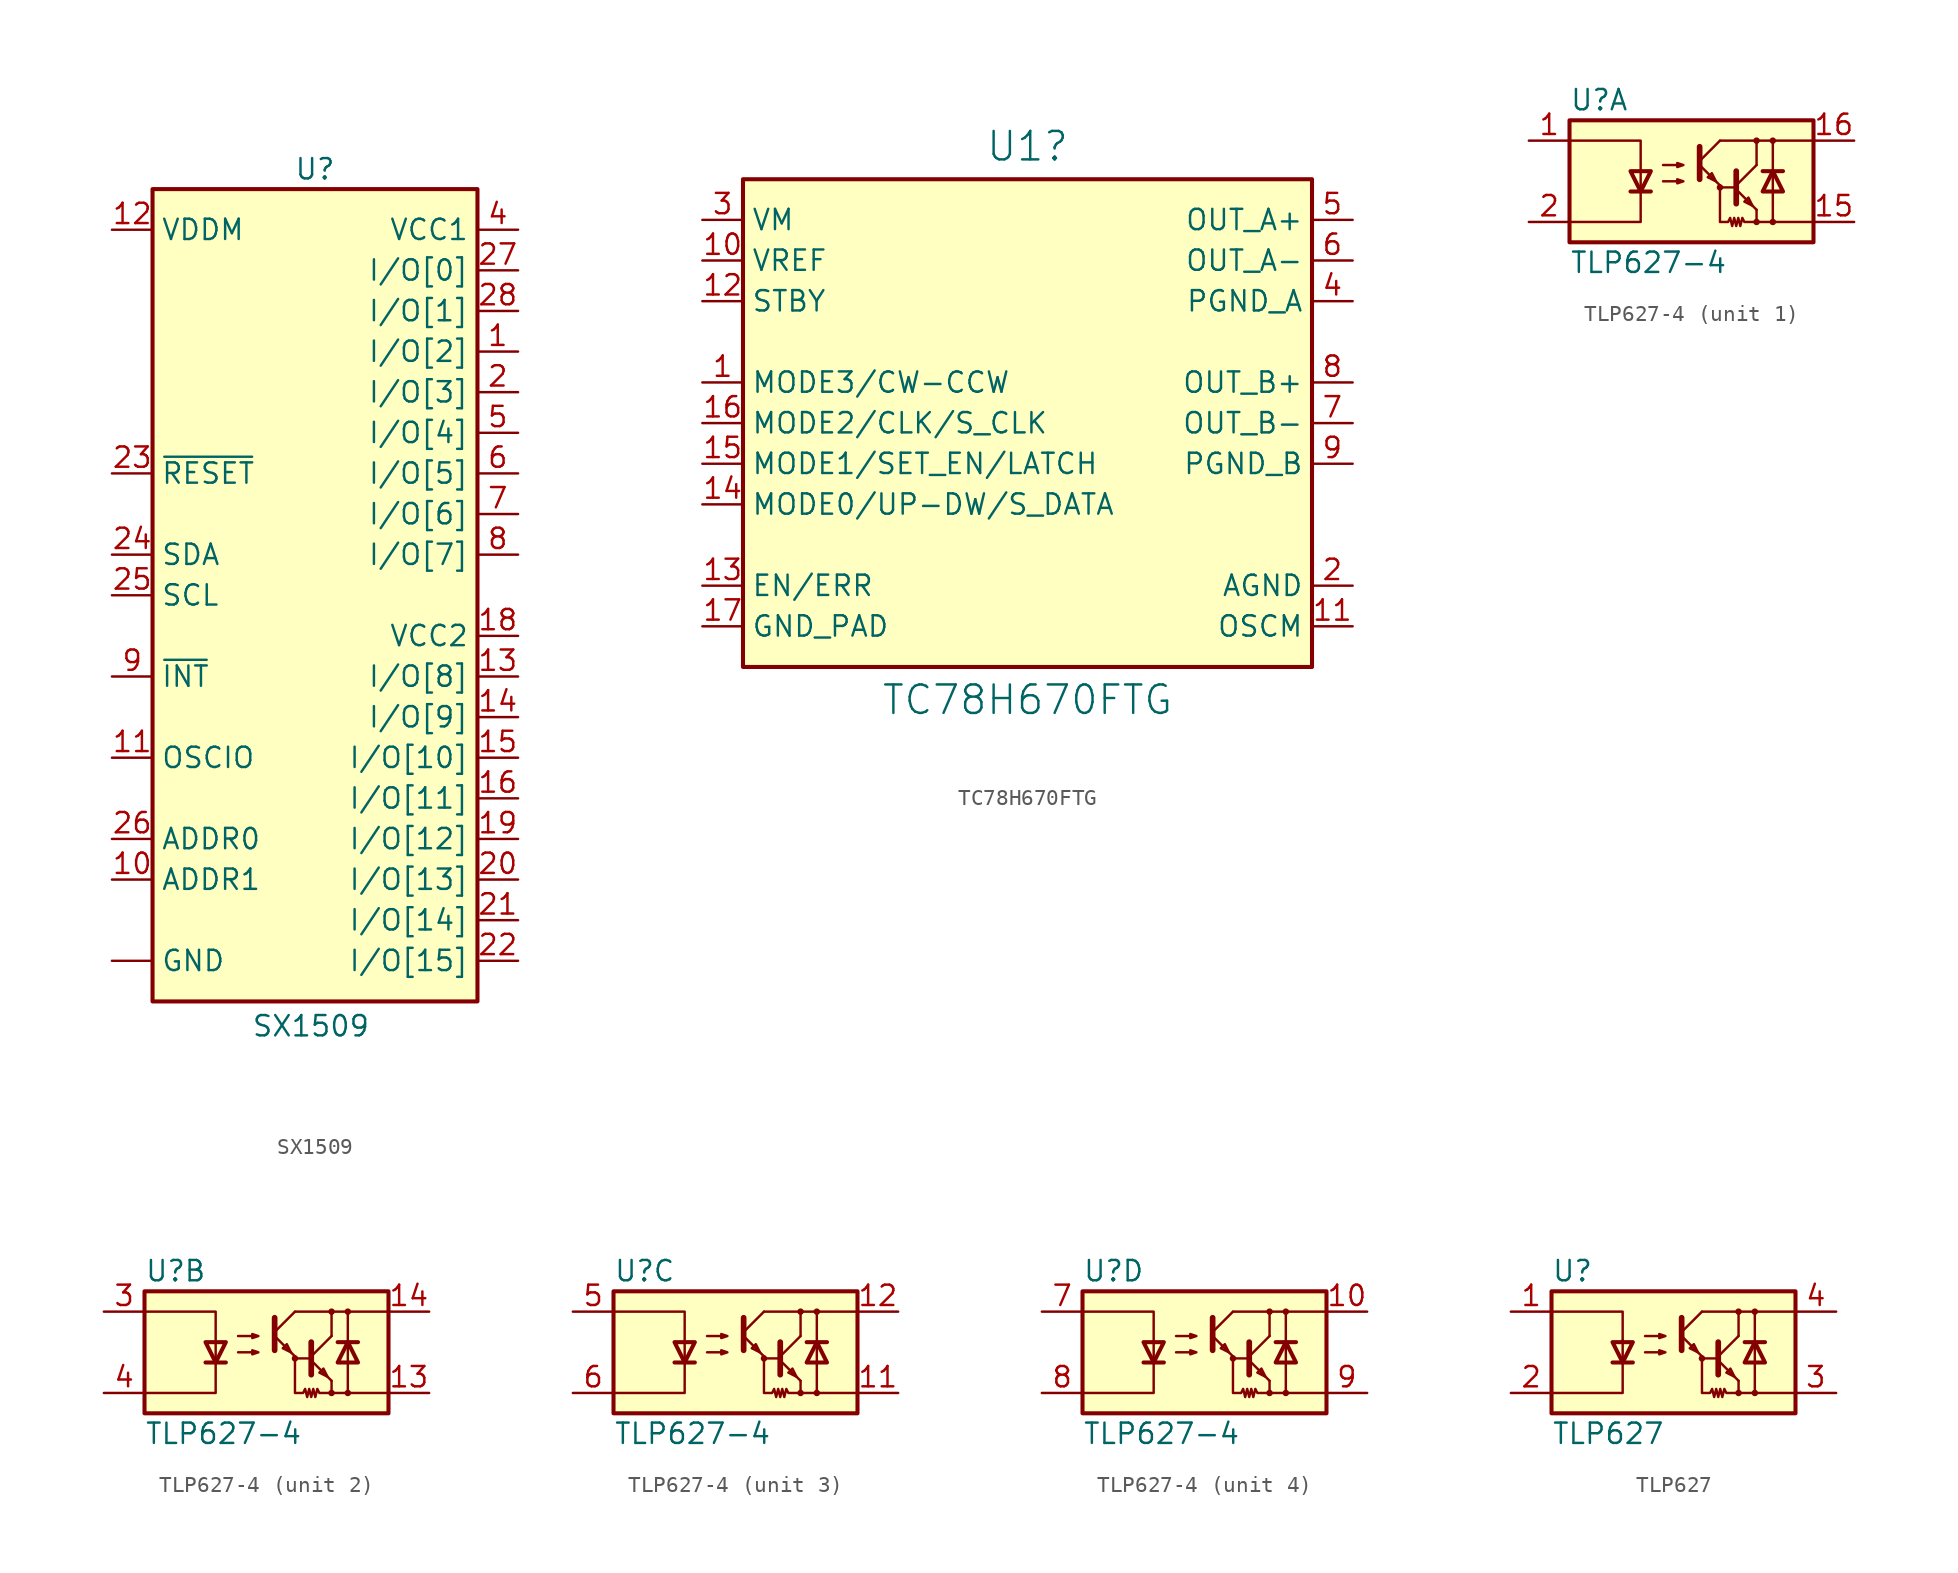
<source format=kicad_sym>
(kicad_symbol_lib
  (version 20241209)
  (generator "kicad_symbol_editor")
  (generator_version "9.0")
  (symbol "SX1509"
    (property "Reference" "U"
      (at 0 25.908 0)
      (effects (font (size 1.27 1.27)) (justify bottom)))
    (property "Value" "SX1509"
      (at -0.254 -27.686 0)
      (effects (font (size 1.27 1.27)) (justify bottom)))
    (symbol "SX1509_1_0"
      (pin power_in line (at -12.7 22.86 0) (length 2.54) (name "VDDM" (effects (font (size 1.27 1.27)))) (number "12" (effects (font (size 1.27 1.27)))))
      (pin input line (at -12.7 7.62 0) (length 2.54) (name "~{RESET}" (effects (font (size 1.27 1.27)))) (number "23" (effects (font (size 1.27 1.27)))))
      (pin bidirectional line (at -12.7 2.54 0) (length 2.54) (name "SDA" (effects (font (size 1.27 1.27)))) (number "24" (effects (font (size 1.27 1.27)))))
      (pin bidirectional line (at -12.7 0 0) (length 2.54) (name "SCL" (effects (font (size 1.27 1.27)))) (number "25" (effects (font (size 1.27 1.27)))))
      (pin bidirectional line (at -12.7 -5.08 0) (length 2.54) (name "~{INT}" (effects (font (size 1.27 1.27)))) (number "9" (effects (font (size 1.27 1.27)))))
      (pin bidirectional line (at -12.7 -10.16 0) (length 2.54) (name "OSCIO" (effects (font (size 1.27 1.27)))) (number "11" (effects (font (size 1.27 1.27)))))
      (pin input line (at -12.7 -15.24 0) (length 2.54) (name "ADDR0" (effects (font (size 1.27 1.27)))) (number "26" (effects (font (size 1.27 1.27)))))
      (pin input line (at -12.7 -17.78 0) (length 2.54) (name "ADDR1" (effects (font (size 1.27 1.27)))) (number "10" (effects (font (size 1.27 1.27)))))
      (pin power_in line (at -12.7 -22.86 0) (length 2.54) (name "GND" (effects (font (size 1.27 1.27)))) (number "17" (effects (font (size 0 0)))))
      (pin power_in line (at -12.7 -22.86 0) (length 2.54) (hide yes) (name "GND" (effects (font (size 1.27 1.27)))) (number "29" (effects (font (size 0 0)))))
      (pin power_in line (at -12.7 -22.86 0) (length 2.54) (hide yes) (name "GND" (effects (font (size 1.27 1.27)))) (number "3" (effects (font (size 0 0)))))
      (pin power_in line (at 12.7 22.86 180) (length 2.54) (name "VCC1" (effects (font (size 1.27 1.27)))) (number "4" (effects (font (size 1.27 1.27)))))
      (pin bidirectional line (at 12.7 20.32 180) (length 2.54) (name "I/O[0]" (effects (font (size 1.27 1.27)))) (number "27" (effects (font (size 1.27 1.27)))))
      (pin bidirectional line (at 12.7 17.78 180) (length 2.54) (name "I/O[1]" (effects (font (size 1.27 1.27)))) (number "28" (effects (font (size 1.27 1.27)))))
      (pin bidirectional line (at 12.7 15.24 180) (length 2.54) (name "I/O[2]" (effects (font (size 1.27 1.27)))) (number "1" (effects (font (size 1.27 1.27)))))
      (pin bidirectional line (at 12.7 12.7 180) (length 2.54) (name "I/O[3]" (effects (font (size 1.27 1.27)))) (number "2" (effects (font (size 1.27 1.27)))))
      (pin bidirectional line (at 12.7 10.16 180) (length 2.54) (name "I/O[4]" (effects (font (size 1.27 1.27)))) (number "5" (effects (font (size 1.27 1.27)))))
      (pin bidirectional line (at 12.7 7.62 180) (length 2.54) (name "I/O[5]" (effects (font (size 1.27 1.27)))) (number "6" (effects (font (size 1.27 1.27)))))
      (pin bidirectional line (at 12.7 5.08 180) (length 2.54) (name "I/O[6]" (effects (font (size 1.27 1.27)))) (number "7" (effects (font (size 1.27 1.27)))))
      (pin bidirectional line (at 12.7 2.54 180) (length 2.54) (name "I/O[7]" (effects (font (size 1.27 1.27)))) (number "8" (effects (font (size 1.27 1.27)))))
      (pin power_in line (at 12.7 -2.54 180) (length 2.54) (name "VCC2" (effects (font (size 1.27 1.27)))) (number "18" (effects (font (size 1.27 1.27)))))
      (pin bidirectional line (at 12.7 -5.08 180) (length 2.54) (name "I/O[8]" (effects (font (size 1.27 1.27)))) (number "13" (effects (font (size 1.27 1.27)))))
      (pin bidirectional line (at 12.7 -7.62 180) (length 2.54) (name "I/O[9]" (effects (font (size 1.27 1.27)))) (number "14" (effects (font (size 1.27 1.27)))))
      (pin bidirectional line (at 12.7 -10.16 180) (length 2.54) (name "I/O[10]" (effects (font (size 1.27 1.27)))) (number "15" (effects (font (size 1.27 1.27)))))
      (pin bidirectional line (at 12.7 -12.7 180) (length 2.54) (name "I/O[11]" (effects (font (size 1.27 1.27)))) (number "16" (effects (font (size 1.27 1.27)))))
      (pin bidirectional line (at 12.7 -15.24 180) (length 2.54) (name "I/O[12]" (effects (font (size 1.27 1.27)))) (number "19" (effects (font (size 1.27 1.27)))))
      (pin bidirectional line (at 12.7 -17.78 180) (length 2.54) (name "I/O[13]" (effects (font (size 1.27 1.27)))) (number "20" (effects (font (size 1.27 1.27)))))
      (pin bidirectional line (at 12.7 -20.32 180) (length 2.54) (name "I/O[14]" (effects (font (size 1.27 1.27)))) (number "21" (effects (font (size 1.27 1.27)))))
      (pin bidirectional line (at 12.7 -22.86 180) (length 2.54) (name "I/O[15]" (effects (font (size 1.27 1.27)))) (number "22" (effects (font (size 1.27 1.27))))))
    (symbol "SX1509_1_1"
      (rectangle (start -10.16 25.4) (end 10.16 -25.4) (stroke (width 0.254) (type default)) (fill (type background)))))
  (symbol "TC78H670FTG"
    (property "Reference" "U1"
      (at 0 16.256 0)
      (effects (font (size 1.778 1.778)) (justify bottom)))
    (property "Value" "TC78H670FTG"
      (at 0 -16.256 0)
      (effects (font (size 1.778 1.778)) (justify top)))
    (symbol "TC78H670FTG_1_0"
      (rectangle (start -17.78 15.24) (end 17.78 -15.24) (stroke (width 0.254) (type default)) (fill (type background)))
      (pin power_in line (at -20.32 12.7 0) (length 2.54) (name "VM" (effects (font (size 1.27 1.27)))) (number "3" (effects (font (size 1.27 1.27)))))
      (pin bidirectional line (at -20.32 10.16 0) (length 2.54) (name "VREF" (effects (font (size 1.27 1.27)))) (number "10" (effects (font (size 1.27 1.27)))))
      (pin input line (at -20.32 7.62 0) (length 2.54) (name "STBY" (effects (font (size 1.27 1.27)))) (number "12" (effects (font (size 1.27 1.27)))))
      (pin input line (at -20.32 2.54 0) (length 2.54) (name "MODE3/CW-CCW" (effects (font (size 1.27 1.27)))) (number "1" (effects (font (size 1.27 1.27)))))
      (pin input line (at -20.32 0 0) (length 2.54) (name "MODE2/CLK/S_CLK" (effects (font (size 1.27 1.27)))) (number "16" (effects (font (size 1.27 1.27)))))
      (pin input line (at -20.32 -2.54 0) (length 2.54) (name "MODE1/SET_EN/LATCH" (effects (font (size 1.27 1.27)))) (number "15" (effects (font (size 1.27 1.27)))))
      (pin input line (at -20.32 -5.08 0) (length 2.54) (name "MODE0/UP-DW/S_DATA" (effects (font (size 1.27 1.27)))) (number "14" (effects (font (size 1.27 1.27)))))
      (pin bidirectional line (at -20.32 -10.16 0) (length 2.54) (name "EN/ERR" (effects (font (size 1.27 1.27)))) (number "13" (effects (font (size 1.27 1.27)))))
      (pin bidirectional line (at -20.32 -12.7 0) (length 2.54) (name "GND_PAD" (effects (font (size 1.27 1.27)))) (number "17" (effects (font (size 1.27 1.27)))))
      (pin output line (at 20.32 12.7 180) (length 2.54) (name "OUT_A+" (effects (font (size 1.27 1.27)))) (number "5" (effects (font (size 1.27 1.27)))))
      (pin output line (at 20.32 10.16 180) (length 2.54) (name "OUT_A-" (effects (font (size 1.27 1.27)))) (number "6" (effects (font (size 1.27 1.27)))))
      (pin bidirectional line (at 20.32 7.62 180) (length 2.54) (name "PGND_A" (effects (font (size 1.27 1.27)))) (number "4" (effects (font (size 1.27 1.27)))))
      (pin output line (at 20.32 2.54 180) (length 2.54) (name "OUT_B+" (effects (font (size 1.27 1.27)))) (number "8" (effects (font (size 1.27 1.27)))))
      (pin output line (at 20.32 0 180) (length 2.54) (name "OUT_B-" (effects (font (size 1.27 1.27)))) (number "7" (effects (font (size 1.27 1.27)))))
      (pin bidirectional line (at 20.32 -2.54 180) (length 2.54) (name "PGND_B" (effects (font (size 1.27 1.27)))) (number "9" (effects (font (size 1.27 1.27)))))
      (pin bidirectional line (at 20.32 -10.16 180) (length 2.54) (name "AGND" (effects (font (size 1.27 1.27)))) (number "2" (effects (font (size 1.27 1.27)))))
      (pin bidirectional line (at 20.32 -12.7 180) (length 2.54) (name "OSCM" (effects (font (size 1.27 1.27)))) (number "11" (effects (font (size 1.27 1.27)))))))
  (symbol "TLP627-4"
    (pin_names
      (offset 1.016))
    (property "Reference" "U"
      (at -7.62 5.08 0)
      (effects (font (size 1.27 1.27)) (justify left)))
    (property "Value" "TLP627-4"
      (at -7.62 -5.08 0)
      (effects (font (size 1.27 1.27)) (justify left)))
    (symbol "TLP627-4_0_1"
      (rectangle (start -7.62 3.81) (end 7.62 -3.81) (stroke (width 0.254) (type default)) (fill (type background)))
      (polyline (pts (xy -7.62 2.54) (xy -3.175 2.54) (xy -3.175 -0.635)) (stroke (width 0) (type default)) (fill (type none)))
      (polyline (pts (xy -3.81 -0.635) (xy -2.54 -0.635)) (stroke (width 0.254) (type default)) (fill (type none)))
      (polyline (pts (xy -3.175 -0.635) (xy -3.175 -2.54) (xy -7.62 -2.54)) (stroke (width 0) (type default)) (fill (type none)))
      (polyline (pts (xy -3.175 -0.635) (xy -3.81 0.635) (xy -2.54 0.635) (xy -3.175 -0.635)) (stroke (width 0.254) (type default)) (fill (type none)))
      (polyline (pts (xy -1.778 1.016) (xy -0.508 1.016) (xy -0.889 0.889) (xy -0.889 1.143) (xy -0.508 1.016)) (stroke (width 0) (type default)) (fill (type none)))
      (polyline (pts (xy -1.778 0) (xy -0.508 0) (xy -0.889 -0.127) (xy -0.889 0.127) (xy -0.508 0)) (stroke (width 0) (type default)) (fill (type none)))
      (polyline (pts (xy 0.508 2.159) (xy 0.508 0.127)) (stroke (width 0.356) (type default)) (fill (type none)))
      (polyline (pts (xy 0.508 1.27) (xy 1.778 2.54)) (stroke (width 0) (type default)) (fill (type none)))
      (polyline (pts (xy 0.508 1.016) (xy 1.778 -0.254)) (stroke (width 0) (type default)) (fill (type none)))
      (polyline (pts (xy 1.524 0) (xy 1.27 0.508) (xy 1.016 0.254) (xy 1.524 0)) (stroke (width 0) (type default)) (fill (type none)))
      (polyline (pts (xy 1.778 2.54) (xy 7.62 2.54)) (stroke (width 0) (type default)) (fill (type none)))
      (polyline (pts (xy 1.778 -0.254) (xy 1.778 -2.54) (xy 2.286 -2.54) (xy 2.413 -2.286) (xy 2.54 -2.794) (xy 2.667 -2.286) (xy 2.794 -2.794) (xy 2.921 -2.286) (xy 3.048 -2.794) (xy 3.175 -2.286) (xy 3.302 -2.54) (xy 4.064 -2.54)) (stroke (width 0) (type default)) (fill (type none)))
      (circle (center 1.778 -0.381) (radius 0.127) (stroke (width 0) (type default)) (fill (type none)))
      (polyline (pts (xy 2.794 0.635) (xy 2.794 -1.397) (xy 2.794 -1.397)) (stroke (width 0.356) (type default)) (fill (type none)))
      (polyline (pts (xy 2.794 -0.254) (xy 4.064 1.016)) (stroke (width 0) (type default)) (fill (type none)))
      (polyline (pts (xy 2.794 -0.381) (xy 1.778 -0.381)) (stroke (width 0) (type default)) (fill (type none)))
      (polyline (pts (xy 2.794 -0.508) (xy 4.064 -1.778)) (stroke (width 0) (type default)) (fill (type none)))
      (polyline (pts (xy 3.81 -1.524) (xy 3.556 -1.016) (xy 3.302 -1.27) (xy 3.81 -1.524)) (stroke (width 0) (type default)) (fill (type none)))
      (circle (center 4.064 2.54) (radius 0.127) (stroke (width 0) (type default)) (fill (type none)))
      (polyline (pts (xy 4.064 1.016) (xy 4.064 2.54)) (stroke (width 0) (type default)) (fill (type none)))
      (polyline (pts (xy 4.064 -1.778) (xy 4.064 -2.54)) (stroke (width 0) (type default)) (fill (type none)))
      (polyline (pts (xy 4.064 -2.54) (xy 7.62 -2.54)) (stroke (width 0) (type default)) (fill (type none)))
      (circle (center 4.064 -2.54) (radius 0.127) (stroke (width 0) (type default)) (fill (type none)))
      (polyline (pts (xy 4.445 0.635) (xy 5.715 0.635)) (stroke (width 0.254) (type default)) (fill (type none)))
      (circle (center 5.08 2.54) (radius 0.127) (stroke (width 0) (type default)) (fill (type none)))
      (polyline (pts (xy 5.08 0.635) (xy 5.08 2.54)) (stroke (width 0) (type default)) (fill (type none)))
      (polyline (pts (xy 5.08 0.635) (xy 5.08 -2.54)) (stroke (width 0) (type default)) (fill (type none)))
      (polyline (pts (xy 5.08 0.635) (xy 4.445 -0.635) (xy 5.715 -0.635) (xy 5.08 0.635)) (stroke (width 0.254) (type default)) (fill (type none)))
      (circle (center 5.08 -2.54) (radius 0.127) (stroke (width 0) (type default)) (fill (type none))))
    (symbol "TLP627-4_1_1"
      (pin passive line (at -10.16 2.54 0) (length 2.54) (name "~" (effects (font (size 1.27 1.27)))) (number "1" (effects (font (size 1.27 1.27)))))
      (pin passive line (at -10.16 -2.54 0) (length 2.54) (name "~" (effects (font (size 1.27 1.27)))) (number "2" (effects (font (size 1.27 1.27)))))
      (pin passive line (at 10.16 2.54 180) (length 2.54) (name "~" (effects (font (size 1.27 1.27)))) (number "16" (effects (font (size 1.27 1.27)))))
      (pin passive line (at 10.16 -2.54 180) (length 2.54) (name "~" (effects (font (size 1.27 1.27)))) (number "15" (effects (font (size 1.27 1.27))))))
    (symbol "TLP627-4_2_1"
      (pin passive line (at -10.16 2.54 0) (length 2.54) (name "~" (effects (font (size 1.27 1.27)))) (number "3" (effects (font (size 1.27 1.27)))))
      (pin passive line (at -10.16 -2.54 0) (length 2.54) (name "~" (effects (font (size 1.27 1.27)))) (number "4" (effects (font (size 1.27 1.27)))))
      (pin passive line (at 10.16 2.54 180) (length 2.54) (name "~" (effects (font (size 1.27 1.27)))) (number "14" (effects (font (size 1.27 1.27)))))
      (pin passive line (at 10.16 -2.54 180) (length 2.54) (name "~" (effects (font (size 1.27 1.27)))) (number "13" (effects (font (size 1.27 1.27))))))
    (symbol "TLP627-4_3_1"
      (pin passive line (at -10.16 2.54 0) (length 2.54) (name "~" (effects (font (size 1.27 1.27)))) (number "5" (effects (font (size 1.27 1.27)))))
      (pin passive line (at -10.16 -2.54 0) (length 2.54) (name "~" (effects (font (size 1.27 1.27)))) (number "6" (effects (font (size 1.27 1.27)))))
      (pin passive line (at 10.16 2.54 180) (length 2.54) (name "~" (effects (font (size 1.27 1.27)))) (number "12" (effects (font (size 1.27 1.27)))))
      (pin passive line (at 10.16 -2.54 180) (length 2.54) (name "~" (effects (font (size 1.27 1.27)))) (number "11" (effects (font (size 1.27 1.27))))))
    (symbol "TLP627-4_4_1"
      (pin passive line (at -10.16 2.54 0) (length 2.54) (name "~" (effects (font (size 1.27 1.27)))) (number "7" (effects (font (size 1.27 1.27)))))
      (pin passive line (at -10.16 -2.54 0) (length 2.54) (name "~" (effects (font (size 1.27 1.27)))) (number "8" (effects (font (size 1.27 1.27)))))
      (pin passive line (at 10.16 2.54 180) (length 2.54) (name "~" (effects (font (size 1.27 1.27)))) (number "10" (effects (font (size 1.27 1.27)))))
      (pin passive line (at 10.16 -2.54 180) (length 2.54) (name "~" (effects (font (size 1.27 1.27)))) (number "9" (effects (font (size 1.27 1.27)))))))
  (symbol "TLP627"
    (pin_names
      (offset 1.016))
    (property "Reference" "U"
      (at -7.62 5.08 0)
      (effects (font (size 1.27 1.27)) (justify left)))
    (property "Value" "TLP627"
      (at -7.62 -5.08 0)
      (effects (font (size 1.27 1.27)) (justify left)))
    (symbol "TLP627_0_1"
      (rectangle (start -7.62 3.81) (end 7.62 -3.81) (stroke (width 0.254) (type default)) (fill (type background)))
      (polyline (pts (xy -7.62 2.54) (xy -3.175 2.54) (xy -3.175 0.635)) (stroke (width 0) (type default)) (fill (type none)))
      (polyline (pts (xy -3.81 -0.635) (xy -2.54 -0.635)) (stroke (width 0.254) (type default)) (fill (type none)))
      (polyline (pts (xy -3.175 0.762) (xy -3.175 -2.54) (xy -7.62 -2.54)) (stroke (width 0) (type default)) (fill (type none)))
      (polyline (pts (xy -3.175 -0.635) (xy -3.81 0.635) (xy -2.54 0.635) (xy -3.175 -0.635)) (stroke (width 0.254) (type default)) (fill (type none)))
      (polyline (pts (xy -1.778 1.016) (xy -0.508 1.016) (xy -0.889 0.889) (xy -0.889 1.143) (xy -0.508 1.016)) (stroke (width 0) (type default)) (fill (type none)))
      (polyline (pts (xy -1.778 0) (xy -0.508 0) (xy -0.889 -0.127) (xy -0.889 0.127) (xy -0.508 0)) (stroke (width 0) (type default)) (fill (type none)))
      (polyline (pts (xy 0.508 2.159) (xy 0.508 0.127)) (stroke (width 0.356) (type default)) (fill (type none)))
      (polyline (pts (xy 0.508 1.27) (xy 1.778 2.54)) (stroke (width 0) (type default)) (fill (type none)))
      (polyline (pts (xy 0.508 1.016) (xy 1.778 -0.254)) (stroke (width 0) (type default)) (fill (type none)))
      (polyline (pts (xy 1.524 0) (xy 1.27 0.508) (xy 1.016 0.254) (xy 1.524 0)) (stroke (width 0) (type default)) (fill (type none)))
      (polyline (pts (xy 1.778 2.54) (xy 7.62 2.54)) (stroke (width 0) (type default)) (fill (type none)))
      (polyline (pts (xy 1.778 -0.254) (xy 1.778 -2.54) (xy 2.286 -2.54) (xy 2.413 -2.286) (xy 2.54 -2.794) (xy 2.667 -2.286) (xy 2.794 -2.794) (xy 2.921 -2.286) (xy 3.048 -2.794) (xy 3.175 -2.286) (xy 3.302 -2.54) (xy 4.064 -2.54)) (stroke (width 0) (type default)) (fill (type none)))
      (circle (center 1.778 -0.381) (radius 0.127) (stroke (width 0) (type default)) (fill (type none)))
      (polyline (pts (xy 2.794 0.635) (xy 2.794 -1.397) (xy 2.794 -1.397)) (stroke (width 0.356) (type default)) (fill (type none)))
      (polyline (pts (xy 2.794 -0.254) (xy 4.064 1.016)) (stroke (width 0) (type default)) (fill (type none)))
      (polyline (pts (xy 2.794 -0.381) (xy 1.778 -0.381)) (stroke (width 0) (type default)) (fill (type none)))
      (polyline (pts (xy 2.794 -0.508) (xy 4.064 -1.778)) (stroke (width 0) (type default)) (fill (type none)))
      (polyline (pts (xy 3.81 -1.524) (xy 3.556 -1.016) (xy 3.302 -1.27) (xy 3.81 -1.524)) (stroke (width 0) (type default)) (fill (type none)))
      (circle (center 4.064 2.54) (radius 0.127) (stroke (width 0) (type default)) (fill (type none)))
      (polyline (pts (xy 4.064 1.016) (xy 4.064 2.54)) (stroke (width 0) (type default)) (fill (type none)))
      (polyline (pts (xy 4.064 -1.778) (xy 4.064 -2.54)) (stroke (width 0) (type default)) (fill (type none)))
      (polyline (pts (xy 4.064 -2.54) (xy 7.62 -2.54)) (stroke (width 0) (type default)) (fill (type none)))
      (circle (center 4.064 -2.54) (radius 0.127) (stroke (width 0) (type default)) (fill (type none)))
      (polyline (pts (xy 4.445 0.635) (xy 5.715 0.635)) (stroke (width 0.254) (type default)) (fill (type none)))
      (circle (center 5.08 2.54) (radius 0.127) (stroke (width 0) (type default)) (fill (type none)))
      (polyline (pts (xy 5.08 0.635) (xy 4.445 -0.635) (xy 5.715 -0.635) (xy 5.08 0.635)) (stroke (width 0.254) (type default)) (fill (type none)))
      (polyline (pts (xy 5.08 -0.635) (xy 5.08 2.54)) (stroke (width 0) (type default)) (fill (type none)))
      (polyline (pts (xy 5.08 -0.635) (xy 5.08 -2.54)) (stroke (width 0) (type default)) (fill (type none)))
      (circle (center 5.08 -2.54) (radius 0.127) (stroke (width 0) (type default)) (fill (type none))))
    (symbol "TLP627_1_1"
      (pin passive line (at -10.16 2.54 0) (length 2.54) (name "~" (effects (font (size 1.27 1.27)))) (number "1" (effects (font (size 1.27 1.27)))))
      (pin passive line (at -10.16 -2.54 0) (length 2.54) (name "~" (effects (font (size 1.27 1.27)))) (number "2" (effects (font (size 1.27 1.27)))))
      (pin passive line (at 10.16 2.54 180) (length 2.54) (name "~" (effects (font (size 1.27 1.27)))) (number "4" (effects (font (size 1.27 1.27)))))
      (pin passive line (at 10.16 -2.54 180) (length 2.54) (name "~" (effects (font (size 1.27 1.27)))) (number "3" (effects (font (size 1.27 1.27))))))))
</source>
